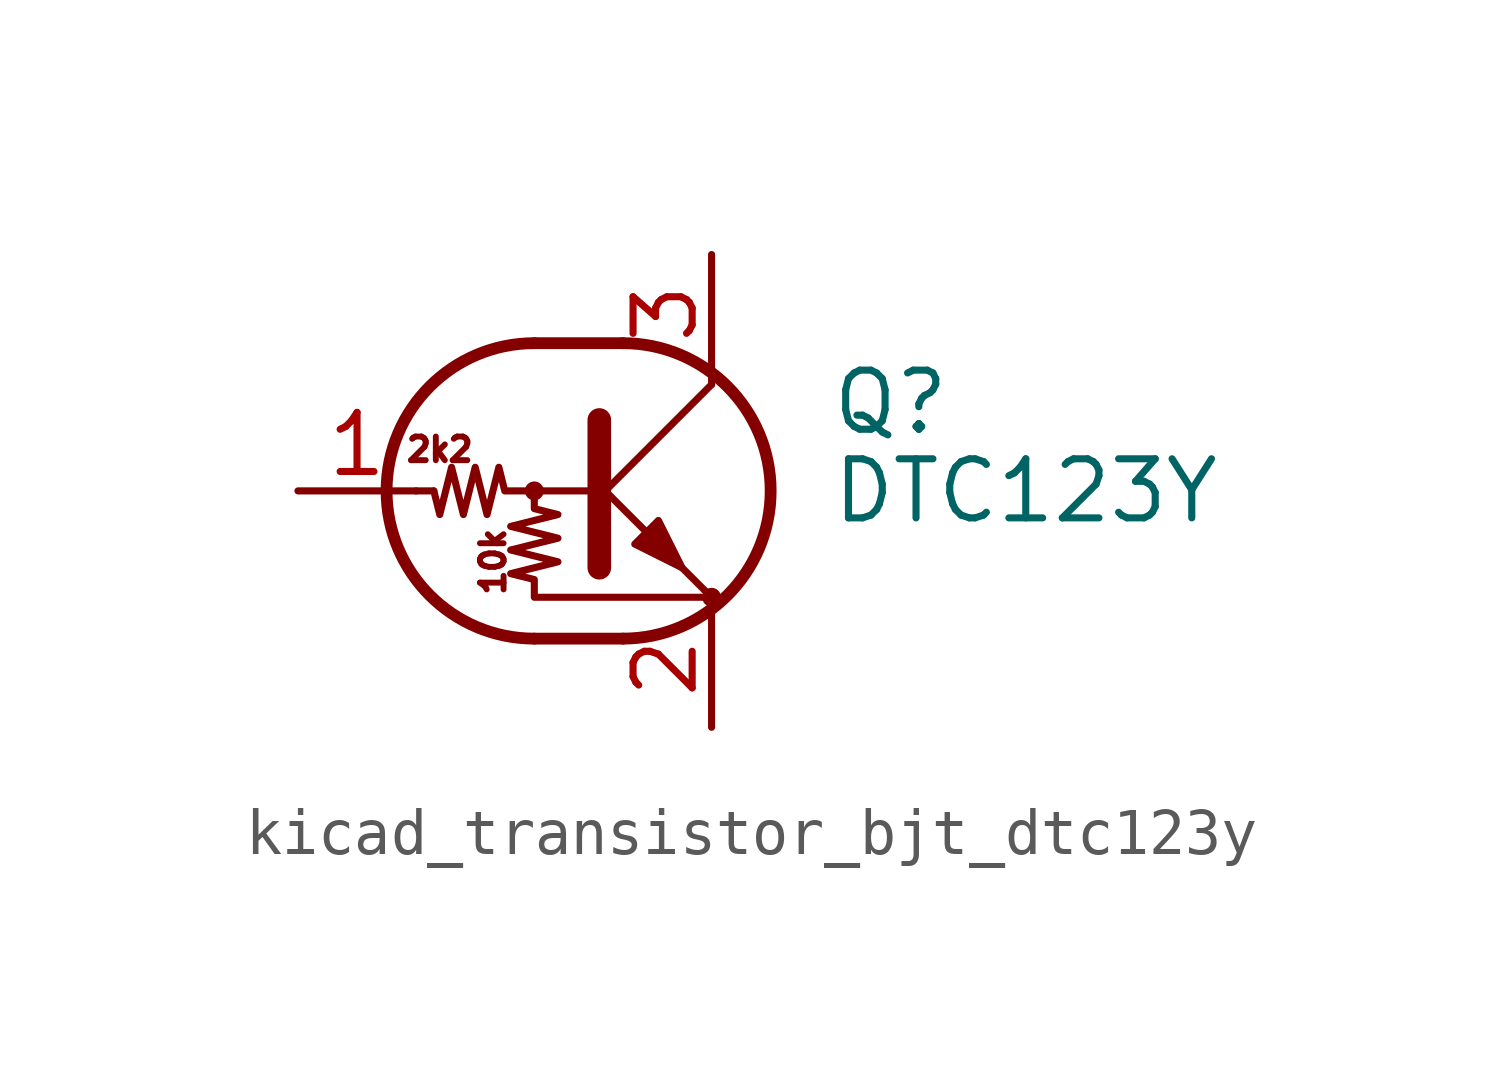
<source format=kicad_sym>
(kicad_symbol_lib
  (version 20220914)
  (generator kicad_symbol_editor)
  (symbol "kicad_transistor_bjt_dtc123y"
    (pin_names
      (offset 0) hide)
    (property "Reference" "Q"
      (at 5.08 1.905 0)
      (effects (font (size 1.27 1.27)) (justify left)))
    (property "Value" "DTC123Y"
      (at 5.08 0 0)
      (effects (font (size 1.27 1.27)) (justify left)))
    (symbol "kicad_transistor_bjt_dtc123y_0_0"
      (text "10k" (at -2.159 -1.524 900) (effects (font (size 0.508 0.508))))
      (text "2k2" (at -3.302 0.889 0) (effects (font (size 0.508 0.508)))))
    (symbol "kicad_transistor_bjt_dtc123y_0_1"
      (circle (center -1.27 0) (radius 0.127) (stroke (width 0) (type default)) (fill (type none)))
      (arc (start -1.27 3.175) (mid -4.4312 0) (end -1.27 -3.175) (stroke (width 0.254) (type default)) (fill (type none)))
      (polyline (pts (xy -3.429 0) (xy -3.81 0)) (stroke (width 0) (type default)) (fill (type none)))
      (polyline (pts (xy -1.27 -3.175) (xy 0.635 -3.175)) (stroke (width 0.254) (type default)) (fill (type none)))
      (polyline (pts (xy -1.27 3.175) (xy 0.635 3.175)) (stroke (width 0.254) (type default)) (fill (type none)))
      (polyline (pts (xy 0 -0.254) (xy 2.54 2.286)) (stroke (width 0) (type default)) (fill (type none)))
      (polyline (pts (xy 0.127 1.524) (xy 0.127 -1.651)) (stroke (width 0.508) (type default)) (fill (type outline)))
      (polyline (pts (xy 2.54 2.286) (xy 2.54 2.54)) (stroke (width 0) (type default)) (fill (type none)))
      (polyline (pts (xy 2.54 -2.286) (xy 0 0.254) (xy 0 0.254)) (stroke (width 0) (type default)) (fill (type none)))
      (polyline (pts (xy 0.889 -1.143) (xy 1.397 -0.635) (xy 1.905 -1.651) (xy 0.889 -1.143)) (stroke (width 0) (type default)) (fill (type outline)))
      (polyline (pts (xy 0 0) (xy -1.905 0) (xy -2.032 0.508) (xy -2.286 -0.508) (xy -2.54 0.508) (xy -2.794 -0.508) (xy -3.048 0.508) (xy -3.302 -0.508) (xy -3.429 0)) (stroke (width 0) (type default)) (fill (type none)))
      (polyline (pts (xy -1.27 0) (xy -1.27 -0.381) (xy -0.762 -0.508) (xy -1.778 -0.762) (xy -0.762 -1.016) (xy -1.778 -1.27) (xy -0.762 -1.524) (xy -1.778 -1.778) (xy -1.27 -1.905) (xy -1.27 -2.286) (xy 2.54 -2.286)) (stroke (width 0) (type default)) (fill (type none)))
      (arc (start 0.635 -3.175) (mid 3.7962 0) (end 0.635 3.175) (stroke (width 0.254) (type default)) (fill (type none)))
      (circle (center 2.54 -2.286) (radius 0.127) (stroke (width 0) (type default)) (fill (type none))))
    (symbol "kicad_transistor_bjt_dtc123y_1_1"
      (pin input line (at -6.35 0 0) (length 2.54) (name "B" (effects (font (size 1.27 1.27)))) (number "1" (effects (font (size 1.27 1.27)))))
      (pin passive line (at 2.54 -5.08 90) (length 2.54) (name "E" (effects (font (size 1.27 1.27)))) (number "2" (effects (font (size 1.27 1.27)))))
      (pin passive line (at 2.54 5.08 270) (length 2.54) (name "C" (effects (font (size 1.27 1.27)))) (number "3" (effects (font (size 1.27 1.27))))))))
</source>
